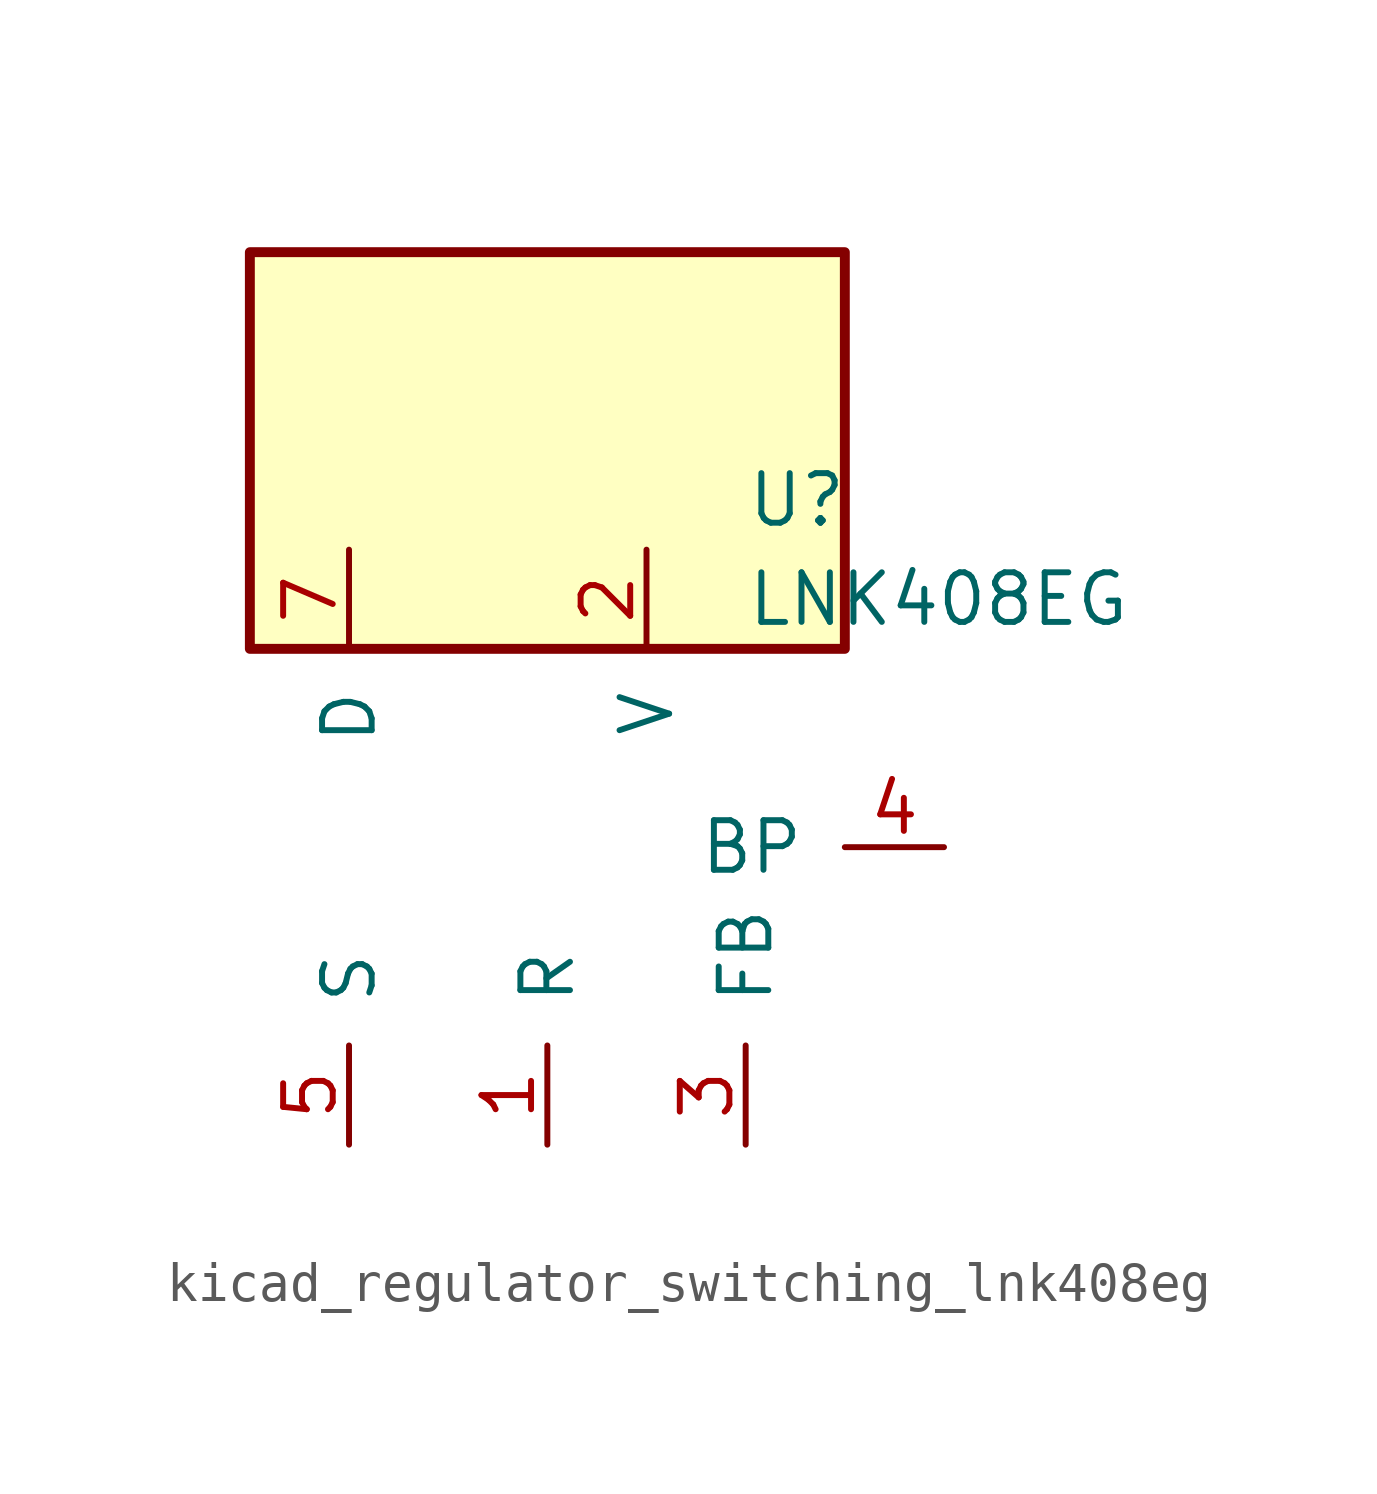
<source format=kicad_sym>
(kicad_symbol_lib
  (version 20220914)
  (generator kicad_symbol_editor)
  (symbol "kicad_regulator_switching_lnk408eg"
    (pin_names
      (offset 1.016))
    (property "Reference" "U"
      (at 5.08 8.89 0)
      (effects (font (size 1.27 1.27)) (justify left)))
    (property "Value" "LNK408EG"
      (at 5.08 6.35 0)
      (effects (font (size 1.27 1.27)) (justify left)))
    (symbol "kicad_regulator_switching_lnk408eg_0_1"
      (rectangle (start 7.62 15.24) (end -7.62 5.08) (stroke (width 0.254) (type default)) (fill (type background))))
    (symbol "kicad_regulator_switching_lnk408eg_1_1"
      (pin input line (at 0 -7.62 90) (length 2.54) (name "R" (effects (font (size 1.27 1.27)))) (number "1" (effects (font (size 1.27 1.27)))))
      (pin input line (at 2.54 7.62 270) (length 2.54) (name "V" (effects (font (size 1.27 1.27)))) (number "2" (effects (font (size 1.27 1.27)))))
      (pin input line (at 5.08 -7.62 90) (length 2.54) (name "FB" (effects (font (size 1.27 1.27)))) (number "3" (effects (font (size 1.27 1.27)))))
      (pin input line (at 10.16 0 180) (length 2.54) (name "BP" (effects (font (size 1.27 1.27)))) (number "4" (effects (font (size 1.27 1.27)))))
      (pin power_in line (at -5.08 -7.62 90) (length 2.54) (name "S" (effects (font (size 1.27 1.27)))) (number "5" (effects (font (size 1.27 1.27)))))
      (pin open_collector line (at -5.08 7.62 270) (length 2.54) (name "D" (effects (font (size 1.27 1.27)))) (number "7" (effects (font (size 1.27 1.27))))))))
</source>
